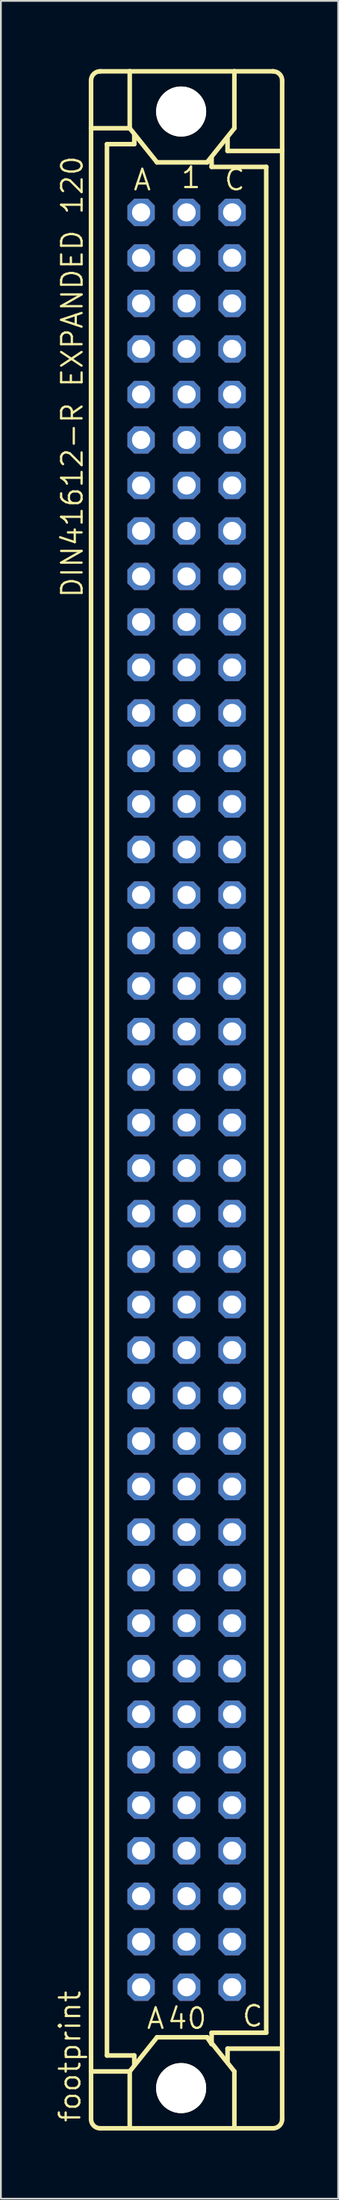
<source format=kicad_pcb>
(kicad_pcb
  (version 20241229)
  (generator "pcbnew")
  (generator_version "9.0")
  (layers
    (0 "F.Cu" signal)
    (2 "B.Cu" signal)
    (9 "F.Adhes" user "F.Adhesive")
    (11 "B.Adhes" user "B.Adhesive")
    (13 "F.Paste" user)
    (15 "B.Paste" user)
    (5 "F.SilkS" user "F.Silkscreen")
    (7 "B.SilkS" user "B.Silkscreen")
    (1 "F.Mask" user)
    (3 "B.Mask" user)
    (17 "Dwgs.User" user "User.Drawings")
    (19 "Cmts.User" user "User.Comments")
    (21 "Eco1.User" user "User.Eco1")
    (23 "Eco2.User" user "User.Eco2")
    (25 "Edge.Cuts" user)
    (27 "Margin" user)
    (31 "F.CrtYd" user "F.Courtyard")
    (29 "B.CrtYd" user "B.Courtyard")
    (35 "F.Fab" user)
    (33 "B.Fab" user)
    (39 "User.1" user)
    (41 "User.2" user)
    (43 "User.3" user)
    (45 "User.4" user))
  (footprint "footprint"
    (layer "F.Cu")
    (at 7.366 58.335)
    (property "Reference" "footprint" (at -5.842 57.15 90) (layer "F.SilkS") (effects (font (size 1.143 1.143) (thickness 0.127)) (justify left bottom)))
    (fp_line (start -5.334 -54.229) (end -5.334 -56.896) (stroke (width 0.254) (type solid)) (layer "F.SilkS"))
    (fp_line (start -5.334 -54.229) (end -3.175 -54.229) (stroke (width 0.254) (type solid)) (layer "F.SilkS"))
    (fp_line (start -5.334 54.229) (end -5.334 -54.229) (stroke (width 0.254) (type solid)) (layer "F.SilkS"))
    (fp_line (start -5.334 54.229) (end -3.175 54.229) (stroke (width 0.254) (type solid)) (layer "F.SilkS"))
    (fp_line (start -5.334 56.896) (end -5.334 54.229) (stroke (width 0.254) (type solid)) (layer "F.SilkS"))
    (fp_line (start -4.826 -57.404) (end -3.175 -57.404) (stroke (width 0.254) (type solid)) (layer "F.SilkS"))
    (fp_line (start -4.826 57.404) (end -3.175 57.404) (stroke (width 0.254) (type solid)) (layer "F.SilkS"))
    (fp_line (start -4.445 -53.34) (end -4.445 53.34) (stroke (width 0.254) (type solid)) (layer "F.SilkS"))
    (fp_line (start -4.445 53.34) (end -2.921 53.34) (stroke (width 0.254) (type solid)) (layer "F.SilkS"))
    (fp_line (start -3.175 -57.404) (end -3.175 -54.229) (stroke (width 0.254) (type solid)) (layer "F.SilkS"))
    (fp_line (start -3.175 57.404) (end -3.175 54.229) (stroke (width 0.254) (type solid)) (layer "F.SilkS"))
    (fp_line (start -3.175 57.404) (end 2.667 57.404) (stroke (width 0.254) (type solid)) (layer "F.SilkS"))
    (fp_line (start -2.921 -53.848) (end -2.921 -53.34) (stroke (width 0.254) (type solid)) (layer "F.SilkS"))
    (fp_line (start -2.921 -53.34) (end -4.445 -53.34) (stroke (width 0.254) (type solid)) (layer "F.SilkS"))
    (fp_line (start -2.921 53.34) (end -2.921 53.848) (stroke (width 0.254) (type solid)) (layer "F.SilkS"))
    (fp_line (start -1.651 -52.324) (end -3.175 -54.229) (stroke (width 0.254) (type solid)) (layer "F.SilkS"))
    (fp_line (start -1.651 52.324) (end -3.175 54.229) (stroke (width 0.254) (type solid)) (layer "F.SilkS"))
    (fp_line (start -1.651 52.324) (end 1.143 52.324) (stroke (width 0.254) (type solid)) (layer "F.SilkS"))
    (fp_line (start 1.143 -52.324) (end -1.651 -52.324) (stroke (width 0.254) (type solid)) (layer "F.SilkS"))
    (fp_line (start 1.143 -52.324) (end 2.667 -54.229) (stroke (width 0.254) (type solid)) (layer "F.SilkS"))
    (fp_line (start 1.143 52.324) (end 1.397 52.705) (stroke (width 0.254) (type solid)) (layer "F.SilkS"))
    (fp_line (start 1.143 52.324) (end 2.667 54.229) (stroke (width 0.254) (type solid)) (layer "F.SilkS"))
    (fp_line (start 1.397 -52.07) (end 1.397 -52.578) (stroke (width 0.254) (type solid)) (layer "F.SilkS"))
    (fp_line (start 1.397 52.07) (end 4.445 52.07) (stroke (width 0.254) (type solid)) (layer "F.SilkS"))
    (fp_line (start 1.397 52.705) (end 1.397 52.07) (stroke (width 0.254) (type solid)) (layer "F.SilkS"))
    (fp_line (start 2.286 -52.959) (end 2.286 -53.721) (stroke (width 0.254) (type solid)) (layer "F.SilkS"))
    (fp_line (start 2.286 52.959) (end 2.286 53.721) (stroke (width 0.254) (type solid)) (layer "F.SilkS"))
    (fp_line (start 2.286 52.959) (end 5.334 52.959) (stroke (width 0.254) (type solid)) (layer "F.SilkS"))
    (fp_line (start 2.667 -57.404) (end -3.175 -57.404) (stroke (width 0.254) (type solid)) (layer "F.SilkS"))
    (fp_line (start 2.667 -57.404) (end 2.667 -54.229) (stroke (width 0.254) (type solid)) (layer "F.SilkS"))
    (fp_line (start 2.667 57.404) (end 2.667 54.229) (stroke (width 0.254) (type solid)) (layer "F.SilkS"))
    (fp_line (start 2.667 57.404) (end 4.826 57.404) (stroke (width 0.254) (type solid)) (layer "F.SilkS"))
    (fp_line (start 4.445 -52.07) (end 1.397 -52.07) (stroke (width 0.254) (type solid)) (layer "F.SilkS"))
    (fp_line (start 4.445 52.07) (end 4.445 -52.07) (stroke (width 0.254) (type solid)) (layer "F.SilkS"))
    (fp_line (start 4.826 -57.404) (end 2.667 -57.404) (stroke (width 0.254) (type solid)) (layer "F.SilkS"))
    (fp_line (start 5.334 -52.959) (end 2.286 -52.959) (stroke (width 0.254) (type solid)) (layer "F.SilkS"))
    (fp_line (start 5.334 -52.959) (end 5.334 -56.896) (stroke (width 0.254) (type solid)) (layer "F.SilkS"))
    (fp_line (start 5.334 52.959) (end 5.334 -52.959) (stroke (width 0.254) (type solid)) (layer "F.SilkS"))
    (fp_line (start 5.334 56.896) (end 5.334 52.959) (stroke (width 0.254) (type solid)) (layer "F.SilkS"))
    (fp_arc (start -5.334 -56.896) (mid -5.18521 -57.25521) (end -4.826 -57.404) (stroke (width 0.254) (type solid)) (layer "F.SilkS"))
    (fp_arc (start -4.826 57.404) (mid -5.18521 57.25521) (end -5.334 56.896) (stroke (width 0.254) (type solid)) (layer "F.SilkS"))
    (fp_arc (start 4.826 -57.404) (mid 5.18521 -57.25521) (end 5.334 -56.896) (stroke (width 0.254) (type solid)) (layer "F.SilkS"))
    (fp_arc (start 5.334 56.896) (mid 5.18521 57.25521) (end 4.826 57.404) (stroke (width 0.254) (type solid)) (layer "F.SilkS"))
    (fp_circle (center -0.305 -55.16) (end 0.965 -55.16) (stroke (width 0.254) (type solid)) (fill no) (layer "F.SilkS"))
    (fp_circle (center -0.305 55.16) (end 0.965 55.16) (stroke (width 0.254) (type solid)) (fill no) (layer "F.SilkS"))
    (fp_text user "DIN41612-R EXPANDED 120" (at -5.715 -27.94 90) (layer "F.SilkS") (effects (font (size 1.143 1.143) (thickness 0.127)) (justify left bottom)))
    (fp_text user "A" (at -3.048 -50.673 0) (layer "F.SilkS") (effects (font (size 1.143 1.143) (thickness 0.127)) (justify left bottom)))
    (fp_text user "40" (at -1.143 51.943 0) (layer "F.SilkS") (effects (font (size 1.143 1.143) (thickness 0.127)) (justify left bottom)))
    (fp_text user " A " (at -3.175 51.943 0) (layer "F.SilkS") (effects (font (size 1.143 1.143) (thickness 0.127)) (justify left bottom)))
    (fp_text user "C" (at 2.032 -50.673 0) (layer "F.SilkS") (effects (font (size 1.143 1.143) (thickness 0.127)) (justify left bottom)))
    (fp_text user "1" (at -0.381 -50.8 0) (layer "F.SilkS") (effects (font (size 1.143 1.143) (thickness 0.127)) (justify left bottom)))
    (fp_text user " C " (at 2.159 51.816 0) (layer "F.SilkS") (effects (font (size 1.143 1.143) (thickness 0.127)) (justify left bottom)))
    (pad "" np_thru_hole circle (at -0.305 -55.16) (size 2.794 2.794) (drill 2.794) (layers "*.Cu" "*.Mask"))
    (pad "" np_thru_hole circle (at -0.305 55.16) (size 2.794 2.794) (drill 2.794) (layers "*.Cu" "*.Mask"))
    (pad "A1" thru_hole roundrect (at -2.54 -49.53) (size 1.524 1.524) (drill 1.016) (layers "*.Cu" "*.Mask") (roundrect_rratio 0.25) (chamfer_ratio 0.25) (chamfer top_left top_right bottom_left bottom_right))
    (pad "A2" thru_hole roundrect (at -2.54 -46.99) (size 1.524 1.524) (drill 1.016) (layers "*.Cu" "*.Mask") (roundrect_rratio 0.25) (chamfer_ratio 0.25) (chamfer top_left top_right bottom_left bottom_right))
    (pad "A3" thru_hole roundrect (at -2.54 -44.45) (size 1.524 1.524) (drill 1.016) (layers "*.Cu" "*.Mask") (roundrect_rratio 0.25) (chamfer_ratio 0.25) (chamfer top_left top_right bottom_left bottom_right))
    (pad "A4" thru_hole roundrect (at -2.54 -41.91) (size 1.524 1.524) (drill 1.016) (layers "*.Cu" "*.Mask") (roundrect_rratio 0.25) (chamfer_ratio 0.25) (chamfer top_left top_right bottom_left bottom_right))
    (pad "A5" thru_hole roundrect (at -2.54 -39.37) (size 1.524 1.524) (drill 1.016) (layers "*.Cu" "*.Mask") (roundrect_rratio 0.25) (chamfer_ratio 0.25) (chamfer top_left top_right bottom_left bottom_right))
    (pad "A6" thru_hole roundrect (at -2.54 -36.83) (size 1.524 1.524) (drill 1.016) (layers "*.Cu" "*.Mask") (roundrect_rratio 0.25) (chamfer_ratio 0.25) (chamfer top_left top_right bottom_left bottom_right))
    (pad "A7" thru_hole roundrect (at -2.54 -34.29) (size 1.524 1.524) (drill 1.016) (layers "*.Cu" "*.Mask") (roundrect_rratio 0.25) (chamfer_ratio 0.25) (chamfer top_left top_right bottom_left bottom_right))
    (pad "A8" thru_hole roundrect (at -2.54 -31.75) (size 1.524 1.524) (drill 1.016) (layers "*.Cu" "*.Mask") (roundrect_rratio 0.25) (chamfer_ratio 0.25) (chamfer top_left top_right bottom_left bottom_right))
    (pad "A9" thru_hole roundrect (at -2.54 -29.21) (size 1.524 1.524) (drill 1.016) (layers "*.Cu" "*.Mask") (roundrect_rratio 0.25) (chamfer_ratio 0.25) (chamfer top_left top_right bottom_left bottom_right))
    (pad "A10" thru_hole roundrect (at -2.54 -26.67) (size 1.524 1.524) (drill 1.016) (layers "*.Cu" "*.Mask") (roundrect_rratio 0.25) (chamfer_ratio 0.25) (chamfer top_left top_right bottom_left bottom_right))
    (pad "A11" thru_hole roundrect (at -2.54 -24.13) (size 1.524 1.524) (drill 1.016) (layers "*.Cu" "*.Mask") (roundrect_rratio 0.25) (chamfer_ratio 0.25) (chamfer top_left top_right bottom_left bottom_right))
    (pad "A12" thru_hole roundrect (at -2.54 -21.59) (size 1.524 1.524) (drill 1.016) (layers "*.Cu" "*.Mask") (roundrect_rratio 0.25) (chamfer_ratio 0.25) (chamfer top_left top_right bottom_left bottom_right))
    (pad "A13" thru_hole roundrect (at -2.54 -19.05) (size 1.524 1.524) (drill 1.016) (layers "*.Cu" "*.Mask") (roundrect_rratio 0.25) (chamfer_ratio 0.25) (chamfer top_left top_right bottom_left bottom_right))
    (pad "A14" thru_hole roundrect (at -2.54 -16.51) (size 1.524 1.524) (drill 1.016) (layers "*.Cu" "*.Mask") (roundrect_rratio 0.25) (chamfer_ratio 0.25) (chamfer top_left top_right bottom_left bottom_right))
    (pad "A15" thru_hole roundrect (at -2.54 -13.97) (size 1.524 1.524) (drill 1.016) (layers "*.Cu" "*.Mask") (roundrect_rratio 0.25) (chamfer_ratio 0.25) (chamfer top_left top_right bottom_left bottom_right))
    (pad "A16" thru_hole roundrect (at -2.54 -11.43) (size 1.524 1.524) (drill 1.016) (layers "*.Cu" "*.Mask") (roundrect_rratio 0.25) (chamfer_ratio 0.25) (chamfer top_left top_right bottom_left bottom_right))
    (pad "A17" thru_hole roundrect (at -2.54 -8.89) (size 1.524 1.524) (drill 1.016) (layers "*.Cu" "*.Mask") (roundrect_rratio 0.25) (chamfer_ratio 0.25) (chamfer top_left top_right bottom_left bottom_right))
    (pad "A18" thru_hole roundrect (at -2.54 -6.35) (size 1.524 1.524) (drill 1.016) (layers "*.Cu" "*.Mask") (roundrect_rratio 0.25) (chamfer_ratio 0.25) (chamfer top_left top_right bottom_left bottom_right))
    (pad "A19" thru_hole roundrect (at -2.54 -3.81) (size 1.524 1.524) (drill 1.016) (layers "*.Cu" "*.Mask") (roundrect_rratio 0.25) (chamfer_ratio 0.25) (chamfer top_left top_right bottom_left bottom_right))
    (pad "A20" thru_hole roundrect (at -2.54 -1.27) (size 1.524 1.524) (drill 1.016) (layers "*.Cu" "*.Mask") (roundrect_rratio 0.25) (chamfer_ratio 0.25) (chamfer top_left top_right bottom_left bottom_right))
    (pad "A21" thru_hole roundrect (at -2.54 1.27) (size 1.524 1.524) (drill 1.016) (layers "*.Cu" "*.Mask") (roundrect_rratio 0.25) (chamfer_ratio 0.25) (chamfer top_left top_right bottom_left bottom_right))
    (pad "A22" thru_hole roundrect (at -2.54 3.81) (size 1.524 1.524) (drill 1.016) (layers "*.Cu" "*.Mask") (roundrect_rratio 0.25) (chamfer_ratio 0.25) (chamfer top_left top_right bottom_left bottom_right))
    (pad "A23" thru_hole roundrect (at -2.54 6.35) (size 1.524 1.524) (drill 1.016) (layers "*.Cu" "*.Mask") (roundrect_rratio 0.25) (chamfer_ratio 0.25) (chamfer top_left top_right bottom_left bottom_right))
    (pad "A24" thru_hole roundrect (at -2.54 8.89) (size 1.524 1.524) (drill 1.016) (layers "*.Cu" "*.Mask") (roundrect_rratio 0.25) (chamfer_ratio 0.25) (chamfer top_left top_right bottom_left bottom_right))
    (pad "A25" thru_hole roundrect (at -2.54 11.43) (size 1.524 1.524) (drill 1.016) (layers "*.Cu" "*.Mask") (roundrect_rratio 0.25) (chamfer_ratio 0.25) (chamfer top_left top_right bottom_left bottom_right))
    (pad "A26" thru_hole roundrect (at -2.54 13.97) (size 1.524 1.524) (drill 1.016) (layers "*.Cu" "*.Mask") (roundrect_rratio 0.25) (chamfer_ratio 0.25) (chamfer top_left top_right bottom_left bottom_right))
    (pad "A27" thru_hole roundrect (at -2.54 16.51) (size 1.524 1.524) (drill 1.016) (layers "*.Cu" "*.Mask") (roundrect_rratio 0.25) (chamfer_ratio 0.25) (chamfer top_left top_right bottom_left bottom_right))
    (pad "A28" thru_hole roundrect (at -2.54 19.05) (size 1.524 1.524) (drill 1.016) (layers "*.Cu" "*.Mask") (roundrect_rratio 0.25) (chamfer_ratio 0.25) (chamfer top_left top_right bottom_left bottom_right))
    (pad "A29" thru_hole roundrect (at -2.54 21.59) (size 1.524 1.524) (drill 1.016) (layers "*.Cu" "*.Mask") (roundrect_rratio 0.25) (chamfer_ratio 0.25) (chamfer top_left top_right bottom_left bottom_right))
    (pad "A30" thru_hole roundrect (at -2.54 24.13) (size 1.524 1.524) (drill 1.016) (layers "*.Cu" "*.Mask") (roundrect_rratio 0.25) (chamfer_ratio 0.25) (chamfer top_left top_right bottom_left bottom_right))
    (pad "A31" thru_hole roundrect (at -2.54 26.67) (size 1.524 1.524) (drill 1.016) (layers "*.Cu" "*.Mask") (roundrect_rratio 0.25) (chamfer_ratio 0.25) (chamfer top_left top_right bottom_left bottom_right))
    (pad "A32" thru_hole roundrect (at -2.54 29.21) (size 1.524 1.524) (drill 1.016) (layers "*.Cu" "*.Mask") (roundrect_rratio 0.25) (chamfer_ratio 0.25) (chamfer top_left top_right bottom_left bottom_right))
    (pad "A33" thru_hole roundrect (at -2.54 31.75) (size 1.524 1.524) (drill 1.016) (layers "*.Cu" "*.Mask") (roundrect_rratio 0.25) (chamfer_ratio 0.25) (chamfer top_left top_right bottom_left bottom_right))
    (pad "A34" thru_hole roundrect (at -2.54 34.29) (size 1.524 1.524) (drill 1.016) (layers "*.Cu" "*.Mask") (roundrect_rratio 0.25) (chamfer_ratio 0.25) (chamfer top_left top_right bottom_left bottom_right))
    (pad "A35" thru_hole roundrect (at -2.54 36.83) (size 1.524 1.524) (drill 1.016) (layers "*.Cu" "*.Mask") (roundrect_rratio 0.25) (chamfer_ratio 0.25) (chamfer top_left top_right bottom_left bottom_right))
    (pad "A36" thru_hole roundrect (at -2.54 39.37) (size 1.524 1.524) (drill 1.016) (layers "*.Cu" "*.Mask") (roundrect_rratio 0.25) (chamfer_ratio 0.25) (chamfer top_left top_right bottom_left bottom_right))
    (pad "A37" thru_hole roundrect (at -2.54 41.91) (size 1.524 1.524) (drill 1.016) (layers "*.Cu" "*.Mask") (roundrect_rratio 0.25) (chamfer_ratio 0.25) (chamfer top_left top_right bottom_left bottom_right))
    (pad "A38" thru_hole roundrect (at -2.54 44.45) (size 1.524 1.524) (drill 1.016) (layers "*.Cu" "*.Mask") (roundrect_rratio 0.25) (chamfer_ratio 0.25) (chamfer top_left top_right bottom_left bottom_right))
    (pad "A39" thru_hole roundrect (at -2.54 46.99) (size 1.524 1.524) (drill 1.016) (layers "*.Cu" "*.Mask") (roundrect_rratio 0.25) (chamfer_ratio 0.25) (chamfer top_left top_right bottom_left bottom_right))
    (pad "A40" thru_hole roundrect (at -2.54 49.53) (size 1.524 1.524) (drill 1.016) (layers "*.Cu" "*.Mask") (roundrect_rratio 0.25) (chamfer_ratio 0.25) (chamfer top_left top_right bottom_left bottom_right))
    (pad "B1" thru_hole roundrect (at 0 -49.53) (size 1.524 1.524) (drill 1.016) (layers "*.Cu" "*.Mask") (roundrect_rratio 0.25) (chamfer_ratio 0.25) (chamfer top_left top_right bottom_left bottom_right))
    (pad "B2" thru_hole roundrect (at 0 -46.99) (size 1.524 1.524) (drill 1.016) (layers "*.Cu" "*.Mask") (roundrect_rratio 0.25) (chamfer_ratio 0.25) (chamfer top_left top_right bottom_left bottom_right))
    (pad "B3" thru_hole roundrect (at 0 -44.45) (size 1.524 1.524) (drill 1.016) (layers "*.Cu" "*.Mask") (roundrect_rratio 0.25) (chamfer_ratio 0.25) (chamfer top_left top_right bottom_left bottom_right))
    (pad "B4" thru_hole roundrect (at 0 -41.91) (size 1.524 1.524) (drill 1.016) (layers "*.Cu" "*.Mask") (roundrect_rratio 0.25) (chamfer_ratio 0.25) (chamfer top_left top_right bottom_left bottom_right))
    (pad "B5" thru_hole roundrect (at 0 -39.37) (size 1.524 1.524) (drill 1.016) (layers "*.Cu" "*.Mask") (roundrect_rratio 0.25) (chamfer_ratio 0.25) (chamfer top_left top_right bottom_left bottom_right))
    (pad "B6" thru_hole roundrect (at 0 -36.83) (size 1.524 1.524) (drill 1.016) (layers "*.Cu" "*.Mask") (roundrect_rratio 0.25) (chamfer_ratio 0.25) (chamfer top_left top_right bottom_left bottom_right))
    (pad "B7" thru_hole roundrect (at 0 -34.29) (size 1.524 1.524) (drill 1.016) (layers "*.Cu" "*.Mask") (roundrect_rratio 0.25) (chamfer_ratio 0.25) (chamfer top_left top_right bottom_left bottom_right))
    (pad "B8" thru_hole roundrect (at 0 -31.75) (size 1.524 1.524) (drill 1.016) (layers "*.Cu" "*.Mask") (roundrect_rratio 0.25) (chamfer_ratio 0.25) (chamfer top_left top_right bottom_left bottom_right))
    (pad "B9" thru_hole roundrect (at 0 -29.21) (size 1.524 1.524) (drill 1.016) (layers "*.Cu" "*.Mask") (roundrect_rratio 0.25) (chamfer_ratio 0.25) (chamfer top_left top_right bottom_left bottom_right))
    (pad "B10" thru_hole roundrect (at 0 -26.67) (size 1.524 1.524) (drill 1.016) (layers "*.Cu" "*.Mask") (roundrect_rratio 0.25) (chamfer_ratio 0.25) (chamfer top_left top_right bottom_left bottom_right))
    (pad "B11" thru_hole roundrect (at 0 -24.13) (size 1.524 1.524) (drill 1.016) (layers "*.Cu" "*.Mask") (roundrect_rratio 0.25) (chamfer_ratio 0.25) (chamfer top_left top_right bottom_left bottom_right))
    (pad "B12" thru_hole roundrect (at 0 -21.59) (size 1.524 1.524) (drill 1.016) (layers "*.Cu" "*.Mask") (roundrect_rratio 0.25) (chamfer_ratio 0.25) (chamfer top_left top_right bottom_left bottom_right))
    (pad "B13" thru_hole roundrect (at 0 -19.05) (size 1.524 1.524) (drill 1.016) (layers "*.Cu" "*.Mask") (roundrect_rratio 0.25) (chamfer_ratio 0.25) (chamfer top_left top_right bottom_left bottom_right))
    (pad "B14" thru_hole roundrect (at 0 -16.51) (size 1.524 1.524) (drill 1.016) (layers "*.Cu" "*.Mask") (roundrect_rratio 0.25) (chamfer_ratio 0.25) (chamfer top_left top_right bottom_left bottom_right))
    (pad "B15" thru_hole roundrect (at 0 -13.97) (size 1.524 1.524) (drill 1.016) (layers "*.Cu" "*.Mask") (roundrect_rratio 0.25) (chamfer_ratio 0.25) (chamfer top_left top_right bottom_left bottom_right))
    (pad "B16" thru_hole roundrect (at 0 -11.43) (size 1.524 1.524) (drill 1.016) (layers "*.Cu" "*.Mask") (roundrect_rratio 0.25) (chamfer_ratio 0.25) (chamfer top_left top_right bottom_left bottom_right))
    (pad "B17" thru_hole roundrect (at 0 -8.89) (size 1.524 1.524) (drill 1.016) (layers "*.Cu" "*.Mask") (roundrect_rratio 0.25) (chamfer_ratio 0.25) (chamfer top_left top_right bottom_left bottom_right))
    (pad "B18" thru_hole roundrect (at 0 -6.35) (size 1.524 1.524) (drill 1.016) (layers "*.Cu" "*.Mask") (roundrect_rratio 0.25) (chamfer_ratio 0.25) (chamfer top_left top_right bottom_left bottom_right))
    (pad "B19" thru_hole roundrect (at 0 -3.81) (size 1.524 1.524) (drill 1.016) (layers "*.Cu" "*.Mask") (roundrect_rratio 0.25) (chamfer_ratio 0.25) (chamfer top_left top_right bottom_left bottom_right))
    (pad "B20" thru_hole roundrect (at 0 -1.27) (size 1.524 1.524) (drill 1.016) (layers "*.Cu" "*.Mask") (roundrect_rratio 0.25) (chamfer_ratio 0.25) (chamfer top_left top_right bottom_left bottom_right))
    (pad "B21" thru_hole roundrect (at 0 1.27) (size 1.524 1.524) (drill 1.016) (layers "*.Cu" "*.Mask") (roundrect_rratio 0.25) (chamfer_ratio 0.25) (chamfer top_left top_right bottom_left bottom_right))
    (pad "B22" thru_hole roundrect (at 0 3.81) (size 1.524 1.524) (drill 1.016) (layers "*.Cu" "*.Mask") (roundrect_rratio 0.25) (chamfer_ratio 0.25) (chamfer top_left top_right bottom_left bottom_right))
    (pad "B23" thru_hole roundrect (at 0 6.35) (size 1.524 1.524) (drill 1.016) (layers "*.Cu" "*.Mask") (roundrect_rratio 0.25) (chamfer_ratio 0.25) (chamfer top_left top_right bottom_left bottom_right))
    (pad "B24" thru_hole roundrect (at 0 8.89) (size 1.524 1.524) (drill 1.016) (layers "*.Cu" "*.Mask") (roundrect_rratio 0.25) (chamfer_ratio 0.25) (chamfer top_left top_right bottom_left bottom_right))
    (pad "B25" thru_hole roundrect (at 0 11.43) (size 1.524 1.524) (drill 1.016) (layers "*.Cu" "*.Mask") (roundrect_rratio 0.25) (chamfer_ratio 0.25) (chamfer top_left top_right bottom_left bottom_right))
    (pad "B26" thru_hole roundrect (at 0 13.97) (size 1.524 1.524) (drill 1.016) (layers "*.Cu" "*.Mask") (roundrect_rratio 0.25) (chamfer_ratio 0.25) (chamfer top_left top_right bottom_left bottom_right))
    (pad "B27" thru_hole roundrect (at 0 16.51) (size 1.524 1.524) (drill 1.016) (layers "*.Cu" "*.Mask") (roundrect_rratio 0.25) (chamfer_ratio 0.25) (chamfer top_left top_right bottom_left bottom_right))
    (pad "B28" thru_hole roundrect (at 0 19.05) (size 1.524 1.524) (drill 1.016) (layers "*.Cu" "*.Mask") (roundrect_rratio 0.25) (chamfer_ratio 0.25) (chamfer top_left top_right bottom_left bottom_right))
    (pad "B29" thru_hole roundrect (at 0 21.59) (size 1.524 1.524) (drill 1.016) (layers "*.Cu" "*.Mask") (roundrect_rratio 0.25) (chamfer_ratio 0.25) (chamfer top_left top_right bottom_left bottom_right))
    (pad "B30" thru_hole roundrect (at 0 24.13) (size 1.524 1.524) (drill 1.016) (layers "*.Cu" "*.Mask") (roundrect_rratio 0.25) (chamfer_ratio 0.25) (chamfer top_left top_right bottom_left bottom_right))
    (pad "B31" thru_hole roundrect (at 0 26.67) (size 1.524 1.524) (drill 1.016) (layers "*.Cu" "*.Mask") (roundrect_rratio 0.25) (chamfer_ratio 0.25) (chamfer top_left top_right bottom_left bottom_right))
    (pad "B32" thru_hole roundrect (at 0 29.21) (size 1.524 1.524) (drill 1.016) (layers "*.Cu" "*.Mask") (roundrect_rratio 0.25) (chamfer_ratio 0.25) (chamfer top_left top_right bottom_left bottom_right))
    (pad "B33" thru_hole roundrect (at 0 31.75) (size 1.524 1.524) (drill 1.016) (layers "*.Cu" "*.Mask") (roundrect_rratio 0.25) (chamfer_ratio 0.25) (chamfer top_left top_right bottom_left bottom_right))
    (pad "B34" thru_hole roundrect (at 0 34.29) (size 1.524 1.524) (drill 1.016) (layers "*.Cu" "*.Mask") (roundrect_rratio 0.25) (chamfer_ratio 0.25) (chamfer top_left top_right bottom_left bottom_right))
    (pad "B35" thru_hole roundrect (at 0 36.83) (size 1.524 1.524) (drill 1.016) (layers "*.Cu" "*.Mask") (roundrect_rratio 0.25) (chamfer_ratio 0.25) (chamfer top_left top_right bottom_left bottom_right))
    (pad "B36" thru_hole roundrect (at 0 39.37) (size 1.524 1.524) (drill 1.016) (layers "*.Cu" "*.Mask") (roundrect_rratio 0.25) (chamfer_ratio 0.25) (chamfer top_left top_right bottom_left bottom_right))
    (pad "B37" thru_hole roundrect (at 0 41.91) (size 1.524 1.524) (drill 1.016) (layers "*.Cu" "*.Mask") (roundrect_rratio 0.25) (chamfer_ratio 0.25) (chamfer top_left top_right bottom_left bottom_right))
    (pad "B38" thru_hole roundrect (at 0 44.45) (size 1.524 1.524) (drill 1.016) (layers "*.Cu" "*.Mask") (roundrect_rratio 0.25) (chamfer_ratio 0.25) (chamfer top_left top_right bottom_left bottom_right))
    (pad "B39" thru_hole roundrect (at 0 46.99) (size 1.524 1.524) (drill 1.016) (layers "*.Cu" "*.Mask") (roundrect_rratio 0.25) (chamfer_ratio 0.25) (chamfer top_left top_right bottom_left bottom_right))
    (pad "B40" thru_hole roundrect (at 0 49.53) (size 1.524 1.524) (drill 1.016) (layers "*.Cu" "*.Mask") (roundrect_rratio 0.25) (chamfer_ratio 0.25) (chamfer top_left top_right bottom_left bottom_right))
    (pad "C1" thru_hole roundrect (at 2.54 -49.53) (size 1.524 1.524) (drill 1.016) (layers "*.Cu" "*.Mask") (roundrect_rratio 0.25) (chamfer_ratio 0.25) (chamfer top_left top_right bottom_left bottom_right))
    (pad "C2" thru_hole roundrect (at 2.54 -46.99) (size 1.524 1.524) (drill 1.016) (layers "*.Cu" "*.Mask") (roundrect_rratio 0.25) (chamfer_ratio 0.25) (chamfer top_left top_right bottom_left bottom_right))
    (pad "C3" thru_hole roundrect (at 2.54 -44.45) (size 1.524 1.524) (drill 1.016) (layers "*.Cu" "*.Mask") (roundrect_rratio 0.25) (chamfer_ratio 0.25) (chamfer top_left top_right bottom_left bottom_right))
    (pad "C4" thru_hole roundrect (at 2.54 -41.91) (size 1.524 1.524) (drill 1.016) (layers "*.Cu" "*.Mask") (roundrect_rratio 0.25) (chamfer_ratio 0.25) (chamfer top_left top_right bottom_left bottom_right))
    (pad "C5" thru_hole roundrect (at 2.54 -39.37) (size 1.524 1.524) (drill 1.016) (layers "*.Cu" "*.Mask") (roundrect_rratio 0.25) (chamfer_ratio 0.25) (chamfer top_left top_right bottom_left bottom_right))
    (pad "C6" thru_hole roundrect (at 2.54 -36.83) (size 1.524 1.524) (drill 1.016) (layers "*.Cu" "*.Mask") (roundrect_rratio 0.25) (chamfer_ratio 0.25) (chamfer top_left top_right bottom_left bottom_right))
    (pad "C7" thru_hole roundrect (at 2.54 -34.29) (size 1.524 1.524) (drill 1.016) (layers "*.Cu" "*.Mask") (roundrect_rratio 0.25) (chamfer_ratio 0.25) (chamfer top_left top_right bottom_left bottom_right))
    (pad "C8" thru_hole roundrect (at 2.54 -31.75) (size 1.524 1.524) (drill 1.016) (layers "*.Cu" "*.Mask") (roundrect_rratio 0.25) (chamfer_ratio 0.25) (chamfer top_left top_right bottom_left bottom_right))
    (pad "C9" thru_hole roundrect (at 2.54 -29.21) (size 1.524 1.524) (drill 1.016) (layers "*.Cu" "*.Mask") (roundrect_rratio 0.25) (chamfer_ratio 0.25) (chamfer top_left top_right bottom_left bottom_right))
    (pad "C10" thru_hole roundrect (at 2.54 -26.67) (size 1.524 1.524) (drill 1.016) (layers "*.Cu" "*.Mask") (roundrect_rratio 0.25) (chamfer_ratio 0.25) (chamfer top_left top_right bottom_left bottom_right))
    (pad "C11" thru_hole roundrect (at 2.54 -24.13) (size 1.524 1.524) (drill 1.016) (layers "*.Cu" "*.Mask") (roundrect_rratio 0.25) (chamfer_ratio 0.25) (chamfer top_left top_right bottom_left bottom_right))
    (pad "C12" thru_hole roundrect (at 2.54 -21.59) (size 1.524 1.524) (drill 1.016) (layers "*.Cu" "*.Mask") (roundrect_rratio 0.25) (chamfer_ratio 0.25) (chamfer top_left top_right bottom_left bottom_right))
    (pad "C13" thru_hole roundrect (at 2.54 -19.05) (size 1.524 1.524) (drill 1.016) (layers "*.Cu" "*.Mask") (roundrect_rratio 0.25) (chamfer_ratio 0.25) (chamfer top_left top_right bottom_left bottom_right))
    (pad "C14" thru_hole roundrect (at 2.54 -16.51) (size 1.524 1.524) (drill 1.016) (layers "*.Cu" "*.Mask") (roundrect_rratio 0.25) (chamfer_ratio 0.25) (chamfer top_left top_right bottom_left bottom_right))
    (pad "C15" thru_hole roundrect (at 2.54 -13.97) (size 1.524 1.524) (drill 1.016) (layers "*.Cu" "*.Mask") (roundrect_rratio 0.25) (chamfer_ratio 0.25) (chamfer top_left top_right bottom_left bottom_right))
    (pad "C16" thru_hole roundrect (at 2.54 -11.43) (size 1.524 1.524) (drill 1.016) (layers "*.Cu" "*.Mask") (roundrect_rratio 0.25) (chamfer_ratio 0.25) (chamfer top_left top_right bottom_left bottom_right))
    (pad "C17" thru_hole roundrect (at 2.54 -8.89) (size 1.524 1.524) (drill 1.016) (layers "*.Cu" "*.Mask") (roundrect_rratio 0.25) (chamfer_ratio 0.25) (chamfer top_left top_right bottom_left bottom_right))
    (pad "C18" thru_hole roundrect (at 2.54 -6.35) (size 1.524 1.524) (drill 1.016) (layers "*.Cu" "*.Mask") (roundrect_rratio 0.25) (chamfer_ratio 0.25) (chamfer top_left top_right bottom_left bottom_right))
    (pad "C19" thru_hole roundrect (at 2.54 -3.81) (size 1.524 1.524) (drill 1.016) (layers "*.Cu" "*.Mask") (roundrect_rratio 0.25) (chamfer_ratio 0.25) (chamfer top_left top_right bottom_left bottom_right))
    (pad "C20" thru_hole roundrect (at 2.54 -1.27) (size 1.524 1.524) (drill 1.016) (layers "*.Cu" "*.Mask") (roundrect_rratio 0.25) (chamfer_ratio 0.25) (chamfer top_left top_right bottom_left bottom_right))
    (pad "C21" thru_hole roundrect (at 2.54 1.27) (size 1.524 1.524) (drill 1.016) (layers "*.Cu" "*.Mask") (roundrect_rratio 0.25) (chamfer_ratio 0.25) (chamfer top_left top_right bottom_left bottom_right))
    (pad "C22" thru_hole roundrect (at 2.54 3.81) (size 1.524 1.524) (drill 1.016) (layers "*.Cu" "*.Mask") (roundrect_rratio 0.25) (chamfer_ratio 0.25) (chamfer top_left top_right bottom_left bottom_right))
    (pad "C23" thru_hole roundrect (at 2.54 6.35) (size 1.524 1.524) (drill 1.016) (layers "*.Cu" "*.Mask") (roundrect_rratio 0.25) (chamfer_ratio 0.25) (chamfer top_left top_right bottom_left bottom_right))
    (pad "C24" thru_hole roundrect (at 2.54 8.89) (size 1.524 1.524) (drill 1.016) (layers "*.Cu" "*.Mask") (roundrect_rratio 0.25) (chamfer_ratio 0.25) (chamfer top_left top_right bottom_left bottom_right))
    (pad "C25" thru_hole roundrect (at 2.54 11.43) (size 1.524 1.524) (drill 1.016) (layers "*.Cu" "*.Mask") (roundrect_rratio 0.25) (chamfer_ratio 0.25) (chamfer top_left top_right bottom_left bottom_right))
    (pad "C26" thru_hole roundrect (at 2.54 13.97) (size 1.524 1.524) (drill 1.016) (layers "*.Cu" "*.Mask") (roundrect_rratio 0.25) (chamfer_ratio 0.25) (chamfer top_left top_right bottom_left bottom_right))
    (pad "C27" thru_hole roundrect (at 2.54 16.51) (size 1.524 1.524) (drill 1.016) (layers "*.Cu" "*.Mask") (roundrect_rratio 0.25) (chamfer_ratio 0.25) (chamfer top_left top_right bottom_left bottom_right))
    (pad "C28" thru_hole roundrect (at 2.54 19.05) (size 1.524 1.524) (drill 1.016) (layers "*.Cu" "*.Mask") (roundrect_rratio 0.25) (chamfer_ratio 0.25) (chamfer top_left top_right bottom_left bottom_right))
    (pad "C29" thru_hole roundrect (at 2.54 21.59) (size 1.524 1.524) (drill 1.016) (layers "*.Cu" "*.Mask") (roundrect_rratio 0.25) (chamfer_ratio 0.25) (chamfer top_left top_right bottom_left bottom_right))
    (pad "C30" thru_hole roundrect (at 2.54 24.13) (size 1.524 1.524) (drill 1.016) (layers "*.Cu" "*.Mask") (roundrect_rratio 0.25) (chamfer_ratio 0.25) (chamfer top_left top_right bottom_left bottom_right))
    (pad "C31" thru_hole roundrect (at 2.54 26.67) (size 1.524 1.524) (drill 1.016) (layers "*.Cu" "*.Mask") (roundrect_rratio 0.25) (chamfer_ratio 0.25) (chamfer top_left top_right bottom_left bottom_right))
    (pad "C32" thru_hole roundrect (at 2.54 29.21) (size 1.524 1.524) (drill 1.016) (layers "*.Cu" "*.Mask") (roundrect_rratio 0.25) (chamfer_ratio 0.25) (chamfer top_left top_right bottom_left bottom_right))
    (pad "C33" thru_hole roundrect (at 2.54 31.75) (size 1.524 1.524) (drill 1.016) (layers "*.Cu" "*.Mask") (roundrect_rratio 0.25) (chamfer_ratio 0.25) (chamfer top_left top_right bottom_left bottom_right))
    (pad "C34" thru_hole roundrect (at 2.54 34.29) (size 1.524 1.524) (drill 1.016) (layers "*.Cu" "*.Mask") (roundrect_rratio 0.25) (chamfer_ratio 0.25) (chamfer top_left top_right bottom_left bottom_right))
    (pad "C35" thru_hole roundrect (at 2.54 36.83) (size 1.524 1.524) (drill 1.016) (layers "*.Cu" "*.Mask") (roundrect_rratio 0.25) (chamfer_ratio 0.25) (chamfer top_left top_right bottom_left bottom_right))
    (pad "C36" thru_hole roundrect (at 2.54 39.37) (size 1.524 1.524) (drill 1.016) (layers "*.Cu" "*.Mask") (roundrect_rratio 0.25) (chamfer_ratio 0.25) (chamfer top_left top_right bottom_left bottom_right))
    (pad "C37" thru_hole roundrect (at 2.54 41.91) (size 1.524 1.524) (drill 1.016) (layers "*.Cu" "*.Mask") (roundrect_rratio 0.25) (chamfer_ratio 0.25) (chamfer top_left top_right bottom_left bottom_right))
    (pad "C38" thru_hole roundrect (at 2.54 44.45) (size 1.524 1.524) (drill 1.016) (layers "*.Cu" "*.Mask") (roundrect_rratio 0.25) (chamfer_ratio 0.25) (chamfer top_left top_right bottom_left bottom_right))
    (pad "C39" thru_hole roundrect (at 2.54 46.99) (size 1.524 1.524) (drill 1.016) (layers "*.Cu" "*.Mask") (roundrect_rratio 0.25) (chamfer_ratio 0.25) (chamfer top_left top_right bottom_left bottom_right))
    (pad "C40" thru_hole roundrect (at 2.54 49.53) (size 1.524 1.524) (drill 1.016) (layers "*.Cu" "*.Mask") (roundrect_rratio 0.25) (chamfer_ratio 0.25) (chamfer top_left top_right bottom_left bottom_right))
    (zone (net_name "") (layers "F.Cu" "B.Cu") (hatch edge 0.508) (connect_pads) (min_thickness 0.254) (filled_areas_thickness no) (keepout (tracks allowed) (vias not_allowed) (pads allowed) (copperpour allowed) (footprints allowed)) (placement (enabled no)) (fill) (polygon (pts (xy 10.236 3.175) (xy 10.188 2.624) (xy 10.045 2.089) (xy 9.811 1.587) (xy 9.493 1.134) (xy 9.102 0.743) (xy 8.649 0.425) (xy 8.147 0.191) (xy 7.613 0.048) (xy 7.061 0) (xy 6.51 0.048) (xy 5.975 0.191) (xy 5.474 0.425) (xy 5.02 0.743) (xy 4.629 1.134) (xy 4.312 1.587) (xy 4.078 2.089) (xy 3.934 2.624) (xy 3.886 3.175) (xy 3.934 3.726) (xy 4.078 4.261) (xy 4.312 4.763) (xy 4.629 5.216) (xy 5.02 5.607) (xy 5.474 5.925) (xy 5.975 6.159) (xy 6.51 6.302) (xy 7.061 6.35) (xy 7.613 6.302) (xy 8.147 6.159) (xy 8.649 5.925) (xy 9.102 5.607) (xy 9.493 5.216) (xy 9.811 4.763) (xy 10.045 4.261) (xy 10.188 3.726))) (polygon (pts (xy 8.458 3.175) (xy 8.437 2.932) (xy 8.374 2.697) (xy 8.271 2.477) (xy 8.131 2.277) (xy 7.959 2.105) (xy 7.76 1.965) (xy 7.539 1.862) (xy 7.304 1.799) (xy 7.061 1.778) (xy 6.819 1.799) (xy 6.583 1.862) (xy 6.363 1.965) (xy 6.163 2.105) (xy 5.991 2.277) (xy 5.851 2.477) (xy 5.748 2.697) (xy 5.685 2.932) (xy 5.664 3.175) (xy 5.685 3.418) (xy 5.748 3.653) (xy 5.851 3.873) (xy 5.991 4.073) (xy 6.163 4.245) (xy 6.363 4.385) (xy 6.583 4.488) (xy 6.819 4.551) (xy 7.061 4.572) (xy 7.304 4.551) (xy 7.539 4.488) (xy 7.76 4.385) (xy 7.959 4.245) (xy 8.131 4.073) (xy 8.271 3.873) (xy 8.374 3.653) (xy 8.437 3.418))))
    (zone (net_name "") (layers "F.Cu" "B.Cu") (hatch edge 0.508) (connect_pads) (min_thickness 0.254) (filled_areas_thickness no) (keepout (tracks allowed) (vias not_allowed) (pads allowed) (copperpour allowed) (footprints allowed)) (placement (enabled no)) (fill) (polygon (pts (xy 10.236 113.495) (xy 10.188 112.943) (xy 10.045 112.409) (xy 9.811 111.907) (xy 9.493 111.454) (xy 9.102 111.063) (xy 8.649 110.745) (xy 8.147 110.511) (xy 7.613 110.368) (xy 7.061 110.32) (xy 6.51 110.368) (xy 5.975 110.511) (xy 5.474 110.745) (xy 5.02 111.063) (xy 4.629 111.454) (xy 4.312 111.907) (xy 4.078 112.409) (xy 3.934 112.943) (xy 3.886 113.495) (xy 3.934 114.046) (xy 4.078 114.581) (xy 4.312 115.082) (xy 4.629 115.536) (xy 5.02 115.927) (xy 5.474 116.244) (xy 5.975 116.478) (xy 6.51 116.622) (xy 7.061 116.67) (xy 7.613 116.622) (xy 8.147 116.478) (xy 8.649 116.244) (xy 9.102 115.927) (xy 9.493 115.536) (xy 9.811 115.082) (xy 10.045 114.581) (xy 10.188 114.046))) (polygon (pts (xy 8.458 113.495) (xy 8.437 113.252) (xy 8.374 113.017) (xy 8.271 112.796) (xy 8.131 112.597) (xy 7.959 112.425) (xy 7.76 112.285) (xy 7.539 112.182) (xy 7.304 112.119) (xy 7.061 112.098) (xy 6.819 112.119) (xy 6.583 112.182) (xy 6.363 112.285) (xy 6.163 112.425) (xy 5.991 112.597) (xy 5.851 112.796) (xy 5.748 113.017) (xy 5.685 113.252) (xy 5.664 113.495) (xy 5.685 113.737) (xy 5.748 113.973) (xy 5.851 114.193) (xy 5.991 114.393) (xy 6.163 114.565) (xy 6.363 114.705) (xy 6.583 114.808) (xy 6.819 114.871) (xy 7.061 114.892) (xy 7.304 114.871) (xy 7.539 114.808) (xy 7.76 114.705) (xy 7.959 114.565) (xy 8.131 114.393) (xy 8.271 114.193) (xy 8.374 113.973) (xy 8.437 113.737))))
    (zone (net_name "") (layer "B.Cu") (hatch edge 0.508) (connect_pads) (min_thickness 0.254) (filled_areas_thickness no) (keepout (tracks not_allowed) (vias not_allowed) (pads not_allowed) (copperpour not_allowed) (footprints allowed)) (placement (enabled no)) (fill) (polygon (pts (xy 10.236 3.175) (xy 10.188 2.624) (xy 10.045 2.089) (xy 9.811 1.587) (xy 9.493 1.134) (xy 9.102 0.743) (xy 8.649 0.425) (xy 8.147 0.191) (xy 7.613 0.048) (xy 7.061 0) (xy 6.51 0.048) (xy 5.975 0.191) (xy 5.474 0.425) (xy 5.02 0.743) (xy 4.629 1.134) (xy 4.312 1.587) (xy 4.078 2.089) (xy 3.934 2.624) (xy 3.886 3.175) (xy 3.934 3.726) (xy 4.078 4.261) (xy 4.312 4.763) (xy 4.629 5.216) (xy 5.02 5.607) (xy 5.474 5.925) (xy 5.975 6.159) (xy 6.51 6.302) (xy 7.061 6.35) (xy 7.613 6.302) (xy 8.147 6.159) (xy 8.649 5.925) (xy 9.102 5.607) (xy 9.493 5.216) (xy 9.811 4.763) (xy 10.045 4.261) (xy 10.188 3.726))) (polygon (pts (xy 8.458 3.175) (xy 8.437 2.932) (xy 8.374 2.697) (xy 8.271 2.477) (xy 8.131 2.277) (xy 7.959 2.105) (xy 7.76 1.965) (xy 7.539 1.862) (xy 7.304 1.799) (xy 7.061 1.778) (xy 6.819 1.799) (xy 6.583 1.862) (xy 6.363 1.965) (xy 6.163 2.105) (xy 5.991 2.277) (xy 5.851 2.477) (xy 5.748 2.697) (xy 5.685 2.932) (xy 5.664 3.175) (xy 5.685 3.418) (xy 5.748 3.653) (xy 5.851 3.873) (xy 5.991 4.073) (xy 6.163 4.245) (xy 6.363 4.385) (xy 6.583 4.488) (xy 6.819 4.551) (xy 7.061 4.572) (xy 7.304 4.551) (xy 7.539 4.488) (xy 7.76 4.385) (xy 7.959 4.245) (xy 8.131 4.073) (xy 8.271 3.873) (xy 8.374 3.653) (xy 8.437 3.418))))
    (zone (net_name "") (layer "B.Cu") (hatch edge 0.508) (connect_pads) (min_thickness 0.254) (filled_areas_thickness no) (keepout (tracks not_allowed) (vias not_allowed) (pads not_allowed) (copperpour not_allowed) (footprints allowed)) (placement (enabled no)) (fill) (polygon (pts (xy 10.236 113.495) (xy 10.188 112.943) (xy 10.045 112.409) (xy 9.811 111.907) (xy 9.493 111.454) (xy 9.102 111.063) (xy 8.649 110.745) (xy 8.147 110.511) (xy 7.613 110.368) (xy 7.061 110.32) (xy 6.51 110.368) (xy 5.975 110.511) (xy 5.474 110.745) (xy 5.02 111.063) (xy 4.629 111.454) (xy 4.312 111.907) (xy 4.078 112.409) (xy 3.934 112.943) (xy 3.886 113.495) (xy 3.934 114.046) (xy 4.078 114.581) (xy 4.312 115.082) (xy 4.629 115.536) (xy 5.02 115.927) (xy 5.474 116.244) (xy 5.975 116.478) (xy 6.51 116.622) (xy 7.061 116.67) (xy 7.613 116.622) (xy 8.147 116.478) (xy 8.649 116.244) (xy 9.102 115.927) (xy 9.493 115.536) (xy 9.811 115.082) (xy 10.045 114.581) (xy 10.188 114.046))) (polygon (pts (xy 8.458 113.495) (xy 8.437 113.252) (xy 8.374 113.017) (xy 8.271 112.796) (xy 8.131 112.597) (xy 7.959 112.425) (xy 7.76 112.285) (xy 7.539 112.182) (xy 7.304 112.119) (xy 7.061 112.098) (xy 6.819 112.119) (xy 6.583 112.182) (xy 6.363 112.285) (xy 6.163 112.425) (xy 5.991 112.597) (xy 5.851 112.796) (xy 5.748 113.017) (xy 5.685 113.252) (xy 5.664 113.495) (xy 5.685 113.737) (xy 5.748 113.973) (xy 5.851 114.193) (xy 5.991 114.393) (xy 6.163 114.565) (xy 6.363 114.705) (xy 6.583 114.808) (xy 6.819 114.871) (xy 7.061 114.892) (xy 7.304 114.871) (xy 7.539 114.808) (xy 7.76 114.705) (xy 7.959 114.565) (xy 8.131 114.393) (xy 8.271 114.193) (xy 8.374 113.973) (xy 8.437 113.737)))))
  (gr_rect
    (start -3 -3)
    (end 15.827 119.67)
    (stroke (width 0.1) (type default))
    (fill no)
    (layer "Edge.Cuts")))
</source>
